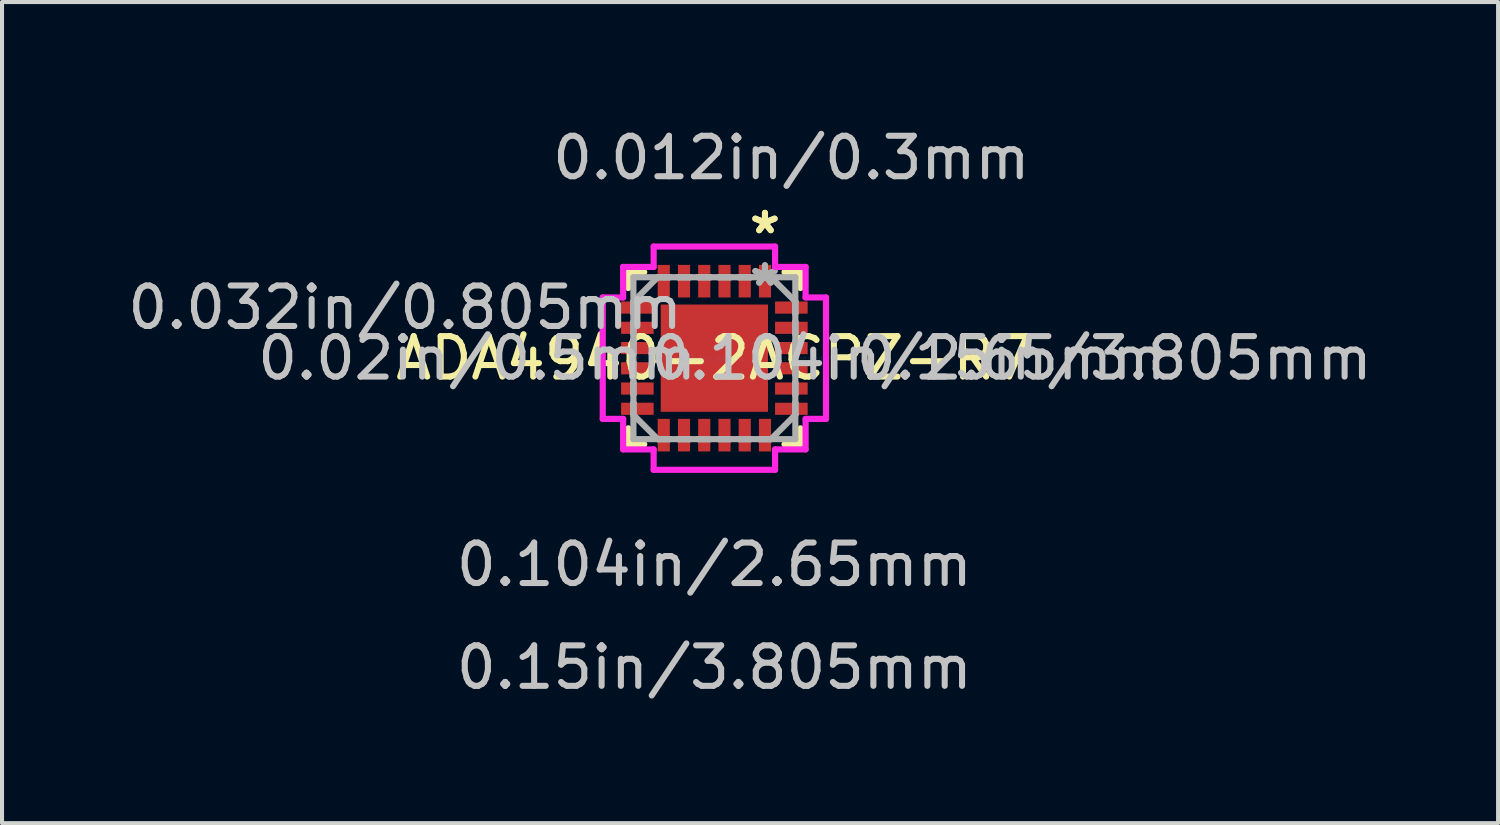
<source format=kicad_pcb>
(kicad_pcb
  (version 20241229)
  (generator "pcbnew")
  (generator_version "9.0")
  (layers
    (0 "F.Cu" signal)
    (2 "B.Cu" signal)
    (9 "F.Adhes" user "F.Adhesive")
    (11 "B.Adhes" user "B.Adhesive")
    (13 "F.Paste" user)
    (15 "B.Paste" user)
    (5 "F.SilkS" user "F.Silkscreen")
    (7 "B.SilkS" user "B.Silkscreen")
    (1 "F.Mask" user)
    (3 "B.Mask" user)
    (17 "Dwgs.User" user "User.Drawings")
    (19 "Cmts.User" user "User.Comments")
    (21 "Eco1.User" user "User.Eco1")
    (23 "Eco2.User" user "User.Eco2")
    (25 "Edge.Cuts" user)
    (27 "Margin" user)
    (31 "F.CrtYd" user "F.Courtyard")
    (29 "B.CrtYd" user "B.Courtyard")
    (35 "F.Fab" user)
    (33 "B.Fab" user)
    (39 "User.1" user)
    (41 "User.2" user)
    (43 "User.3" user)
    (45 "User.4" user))
  (footprint "ADA4940-2ACPZ-R7"
    (layer "F.Cu")
    (at 14.599 5.799)
    (property "Reference" "ADA4940-2ACPZ-R7" (at 0 0 0) (layer "F.SilkS") (effects (font (size 1 1) (thickness 0.15))))
    (attr through_hole)
    (fp_line (start -2.127 -2.127) (end -2.127 -1.733) (stroke (width 0.152) (type solid)) (layer "F.SilkS"))
    (fp_line (start -2.127 1.733) (end -2.127 2.127) (stroke (width 0.152) (type solid)) (layer "F.SilkS"))
    (fp_line (start -2.127 2.127) (end -1.733 2.127) (stroke (width 0.152) (type solid)) (layer "F.SilkS"))
    (fp_line (start -1.733 -2.127) (end -2.127 -2.127) (stroke (width 0.152) (type solid)) (layer "F.SilkS"))
    (fp_line (start 1.733 2.127) (end 2.127 2.127) (stroke (width 0.152) (type solid)) (layer "F.SilkS"))
    (fp_line (start 2.127 -2.127) (end 1.733 -2.127) (stroke (width 0.152) (type solid)) (layer "F.SilkS"))
    (fp_line (start 2.127 -1.733) (end 2.127 -2.127) (stroke (width 0.152) (type solid)) (layer "F.SilkS"))
    (fp_line (start 2.127 2.127) (end 2.127 1.733) (stroke (width 0.152) (type solid)) (layer "F.SilkS"))
    (fp_line (start -1.225 -1.225) (end -1.225 -0.1) (stroke (width 0.152) (type solid)) (layer "F.Paste"))
    (fp_line (start -1.225 -0.1) (end -0.1 -0.1) (stroke (width 0.152) (type solid)) (layer "F.Paste"))
    (fp_line (start -1.225 0.1) (end -1.225 1.225) (stroke (width 0.152) (type solid)) (layer "F.Paste"))
    (fp_line (start -1.225 1.225) (end -0.1 1.225) (stroke (width 0.152) (type solid)) (layer "F.Paste"))
    (fp_line (start -0.1 -1.225) (end -1.225 -1.225) (stroke (width 0.152) (type solid)) (layer "F.Paste"))
    (fp_line (start -0.1 -0.1) (end -0.1 -1.225) (stroke (width 0.152) (type solid)) (layer "F.Paste"))
    (fp_line (start -0.1 0.1) (end -1.225 0.1) (stroke (width 0.152) (type solid)) (layer "F.Paste"))
    (fp_line (start -0.1 1.225) (end -0.1 0.1) (stroke (width 0.152) (type solid)) (layer "F.Paste"))
    (fp_line (start 0.1 -1.225) (end 0.1 -0.1) (stroke (width 0.152) (type solid)) (layer "F.Paste"))
    (fp_line (start 0.1 -0.1) (end 1.225 -0.1) (stroke (width 0.152) (type solid)) (layer "F.Paste"))
    (fp_line (start 0.1 0.1) (end 0.1 1.225) (stroke (width 0.152) (type solid)) (layer "F.Paste"))
    (fp_line (start 0.1 1.225) (end 1.225 1.225) (stroke (width 0.152) (type solid)) (layer "F.Paste"))
    (fp_line (start 1.225 -1.225) (end 0.1 -1.225) (stroke (width 0.152) (type solid)) (layer "F.Paste"))
    (fp_line (start 1.225 -0.1) (end 1.225 -1.225) (stroke (width 0.152) (type solid)) (layer "F.Paste"))
    (fp_line (start 1.225 0.1) (end 0.1 0.1) (stroke (width 0.152) (type solid)) (layer "F.Paste"))
    (fp_line (start 1.225 1.225) (end 1.225 0.1) (stroke (width 0.152) (type solid)) (layer "F.Paste"))
    (fp_line (start -2.758 -1.5) (end -2.254 -1.5) (stroke (width 0.152) (type solid)) (layer "F.CrtYd"))
    (fp_line (start -2.758 1.5) (end -2.758 -1.5) (stroke (width 0.152) (type solid)) (layer "F.CrtYd"))
    (fp_line (start -2.254 -2.254) (end -1.5 -2.254) (stroke (width 0.152) (type solid)) (layer "F.CrtYd"))
    (fp_line (start -2.254 -1.5) (end -2.254 -2.254) (stroke (width 0.152) (type solid)) (layer "F.CrtYd"))
    (fp_line (start -2.254 1.5) (end -2.758 1.5) (stroke (width 0.152) (type solid)) (layer "F.CrtYd"))
    (fp_line (start -2.254 2.254) (end -2.254 1.5) (stroke (width 0.152) (type solid)) (layer "F.CrtYd"))
    (fp_line (start -1.5 -2.758) (end 1.5 -2.758) (stroke (width 0.152) (type solid)) (layer "F.CrtYd"))
    (fp_line (start -1.5 -2.254) (end -1.5 -2.758) (stroke (width 0.152) (type solid)) (layer "F.CrtYd"))
    (fp_line (start -1.5 2.254) (end -2.254 2.254) (stroke (width 0.152) (type solid)) (layer "F.CrtYd"))
    (fp_line (start -1.5 2.758) (end -1.5 2.254) (stroke (width 0.152) (type solid)) (layer "F.CrtYd"))
    (fp_line (start 1.5 -2.758) (end 1.5 -2.254) (stroke (width 0.152) (type solid)) (layer "F.CrtYd"))
    (fp_line (start 1.5 -2.254) (end 2.254 -2.254) (stroke (width 0.152) (type solid)) (layer "F.CrtYd"))
    (fp_line (start 1.5 2.254) (end 1.5 2.758) (stroke (width 0.152) (type solid)) (layer "F.CrtYd"))
    (fp_line (start 1.5 2.758) (end -1.5 2.758) (stroke (width 0.152) (type solid)) (layer "F.CrtYd"))
    (fp_line (start 2.254 -2.254) (end 2.254 -1.5) (stroke (width 0.152) (type solid)) (layer "F.CrtYd"))
    (fp_line (start 2.254 -1.5) (end 2.758 -1.5) (stroke (width 0.152) (type solid)) (layer "F.CrtYd"))
    (fp_line (start 2.254 1.5) (end 2.254 2.254) (stroke (width 0.152) (type solid)) (layer "F.CrtYd"))
    (fp_line (start 2.254 2.254) (end 1.5 2.254) (stroke (width 0.152) (type solid)) (layer "F.CrtYd"))
    (fp_line (start 2.758 -1.5) (end 2.758 1.5) (stroke (width 0.152) (type solid)) (layer "F.CrtYd"))
    (fp_line (start 2.758 1.5) (end 2.254 1.5) (stroke (width 0.152) (type solid)) (layer "F.CrtYd"))
    (fp_line (start -2 -2) (end -2 2) (stroke (width 0.152) (type solid)) (layer "F.Fab"))
    (fp_line (start -2 -1.4) (end -2 -1.4) (stroke (width 0.152) (type solid)) (layer "F.Fab"))
    (fp_line (start -2 -1.4) (end -2 -1.1) (stroke (width 0.152) (type solid)) (layer "F.Fab"))
    (fp_line (start -2 -1.4) (end -1.4 -2) (stroke (width 0.152) (type solid)) (layer "F.Fab"))
    (fp_line (start -2 -1.1) (end -2 -1.4) (stroke (width 0.152) (type solid)) (layer "F.Fab"))
    (fp_line (start -2 -1.1) (end -2 -1.1) (stroke (width 0.152) (type solid)) (layer "F.Fab"))
    (fp_line (start -2 -0.9) (end -2 -0.9) (stroke (width 0.152) (type solid)) (layer "F.Fab"))
    (fp_line (start -2 -0.9) (end -2 -0.6) (stroke (width 0.152) (type solid)) (layer "F.Fab"))
    (fp_line (start -2 -0.6) (end -2 -0.9) (stroke (width 0.152) (type solid)) (layer "F.Fab"))
    (fp_line (start -2 -0.6) (end -2 -0.6) (stroke (width 0.152) (type solid)) (layer "F.Fab"))
    (fp_line (start -2 -0.4) (end -2 -0.4) (stroke (width 0.152) (type solid)) (layer "F.Fab"))
    (fp_line (start -2 -0.4) (end -2 -0.1) (stroke (width 0.152) (type solid)) (layer "F.Fab"))
    (fp_line (start -2 -0.1) (end -2 -0.4) (stroke (width 0.152) (type solid)) (layer "F.Fab"))
    (fp_line (start -2 -0.1) (end -2 -0.1) (stroke (width 0.152) (type solid)) (layer "F.Fab"))
    (fp_line (start -2 0.1) (end -2 0.1) (stroke (width 0.152) (type solid)) (layer "F.Fab"))
    (fp_line (start -2 0.1) (end -2 0.4) (stroke (width 0.152) (type solid)) (layer "F.Fab"))
    (fp_line (start -2 0.4) (end -2 0.1) (stroke (width 0.152) (type solid)) (layer "F.Fab"))
    (fp_line (start -2 0.4) (end -2 0.4) (stroke (width 0.152) (type solid)) (layer "F.Fab"))
    (fp_line (start -2 0.6) (end -2 0.6) (stroke (width 0.152) (type solid)) (layer "F.Fab"))
    (fp_line (start -2 0.6) (end -2 0.9) (stroke (width 0.152) (type solid)) (layer "F.Fab"))
    (fp_line (start -2 0.9) (end -2 0.6) (stroke (width 0.152) (type solid)) (layer "F.Fab"))
    (fp_line (start -2 0.9) (end -2 0.9) (stroke (width 0.152) (type solid)) (layer "F.Fab"))
    (fp_line (start -2 1.1) (end -2 1.1) (stroke (width 0.152) (type solid)) (layer "F.Fab"))
    (fp_line (start -2 1.1) (end -2 1.4) (stroke (width 0.152) (type solid)) (layer "F.Fab"))
    (fp_line (start -2 1.4) (end -2 1.1) (stroke (width 0.152) (type solid)) (layer "F.Fab"))
    (fp_line (start -2 1.4) (end -2 1.4) (stroke (width 0.152) (type solid)) (layer "F.Fab"))
    (fp_line (start -2 2) (end 2 2) (stroke (width 0.152) (type solid)) (layer "F.Fab"))
    (fp_line (start -1.4 -2) (end -1.4 -2) (stroke (width 0.152) (type solid)) (layer "F.Fab"))
    (fp_line (start -1.4 -2) (end -1.1 -2) (stroke (width 0.152) (type solid)) (layer "F.Fab"))
    (fp_line (start -1.4 2) (end -2 1.4) (stroke (width 0.152) (type solid)) (layer "F.Fab"))
    (fp_line (start -1.4 2) (end -1.4 2) (stroke (width 0.152) (type solid)) (layer "F.Fab"))
    (fp_line (start -1.4 2) (end -1.1 2) (stroke (width 0.152) (type solid)) (layer "F.Fab"))
    (fp_line (start -1.1 -2) (end -1.4 -2) (stroke (width 0.152) (type solid)) (layer "F.Fab"))
    (fp_line (start -1.1 -2) (end -1.1 -2) (stroke (width 0.152) (type solid)) (layer "F.Fab"))
    (fp_line (start -1.1 2) (end -1.4 2) (stroke (width 0.152) (type solid)) (layer "F.Fab"))
    (fp_line (start -1.1 2) (end -1.1 2) (stroke (width 0.152) (type solid)) (layer "F.Fab"))
    (fp_line (start -0.9 -2) (end -0.9 -2) (stroke (width 0.152) (type solid)) (layer "F.Fab"))
    (fp_line (start -0.9 -2) (end -0.6 -2) (stroke (width 0.152) (type solid)) (layer "F.Fab"))
    (fp_line (start -0.9 2) (end -0.9 2) (stroke (width 0.152) (type solid)) (layer "F.Fab"))
    (fp_line (start -0.9 2) (end -0.6 2) (stroke (width 0.152) (type solid)) (layer "F.Fab"))
    (fp_line (start -0.6 -2) (end -0.9 -2) (stroke (width 0.152) (type solid)) (layer "F.Fab"))
    (fp_line (start -0.6 -2) (end -0.6 -2) (stroke (width 0.152) (type solid)) (layer "F.Fab"))
    (fp_line (start -0.6 2) (end -0.9 2) (stroke (width 0.152) (type solid)) (layer "F.Fab"))
    (fp_line (start -0.6 2) (end -0.6 2) (stroke (width 0.152) (type solid)) (layer "F.Fab"))
    (fp_line (start -0.4 -2) (end -0.4 -2) (stroke (width 0.152) (type solid)) (layer "F.Fab"))
    (fp_line (start -0.4 -2) (end -0.1 -2) (stroke (width 0.152) (type solid)) (layer "F.Fab"))
    (fp_line (start -0.4 2) (end -0.4 2) (stroke (width 0.152) (type solid)) (layer "F.Fab"))
    (fp_line (start -0.4 2) (end -0.1 2) (stroke (width 0.152) (type solid)) (layer "F.Fab"))
    (fp_line (start -0.1 -2) (end -0.4 -2) (stroke (width 0.152) (type solid)) (layer "F.Fab"))
    (fp_line (start -0.1 -2) (end -0.1 -2) (stroke (width 0.152) (type solid)) (layer "F.Fab"))
    (fp_line (start -0.1 2) (end -0.4 2) (stroke (width 0.152) (type solid)) (layer "F.Fab"))
    (fp_line (start -0.1 2) (end -0.1 2) (stroke (width 0.152) (type solid)) (layer "F.Fab"))
    (fp_line (start 0.1 -2) (end 0.1 -2) (stroke (width 0.152) (type solid)) (layer "F.Fab"))
    (fp_line (start 0.1 -2) (end 0.4 -2) (stroke (width 0.152) (type solid)) (layer "F.Fab"))
    (fp_line (start 0.1 2) (end 0.1 2) (stroke (width 0.152) (type solid)) (layer "F.Fab"))
    (fp_line (start 0.1 2) (end 0.4 2) (stroke (width 0.152) (type solid)) (layer "F.Fab"))
    (fp_line (start 0.4 -2) (end 0.1 -2) (stroke (width 0.152) (type solid)) (layer "F.Fab"))
    (fp_line (start 0.4 -2) (end 0.4 -2) (stroke (width 0.152) (type solid)) (layer "F.Fab"))
    (fp_line (start 0.4 2) (end 0.1 2) (stroke (width 0.152) (type solid)) (layer "F.Fab"))
    (fp_line (start 0.4 2) (end 0.4 2) (stroke (width 0.152) (type solid)) (layer "F.Fab"))
    (fp_line (start 0.6 -2) (end 0.6 -2) (stroke (width 0.152) (type solid)) (layer "F.Fab"))
    (fp_line (start 0.6 -2) (end 0.9 -2) (stroke (width 0.152) (type solid)) (layer "F.Fab"))
    (fp_line (start 0.6 2) (end 0.6 2) (stroke (width 0.152) (type solid)) (layer "F.Fab"))
    (fp_line (start 0.6 2) (end 0.9 2) (stroke (width 0.152) (type solid)) (layer "F.Fab"))
    (fp_line (start 0.9 -2) (end 0.6 -2) (stroke (width 0.152) (type solid)) (layer "F.Fab"))
    (fp_line (start 0.9 -2) (end 0.9 -2) (stroke (width 0.152) (type solid)) (layer "F.Fab"))
    (fp_line (start 0.9 2) (end 0.6 2) (stroke (width 0.152) (type solid)) (layer "F.Fab"))
    (fp_line (start 0.9 2) (end 0.9 2) (stroke (width 0.152) (type solid)) (layer "F.Fab"))
    (fp_line (start 1.1 -2) (end 1.1 -2) (stroke (width 0.152) (type solid)) (layer "F.Fab"))
    (fp_line (start 1.1 -2) (end 1.4 -2) (stroke (width 0.152) (type solid)) (layer "F.Fab"))
    (fp_line (start 1.1 2) (end 1.1 2) (stroke (width 0.152) (type solid)) (layer "F.Fab"))
    (fp_line (start 1.1 2) (end 1.4 2) (stroke (width 0.152) (type solid)) (layer "F.Fab"))
    (fp_line (start 1.4 -2) (end 1.1 -2) (stroke (width 0.152) (type solid)) (layer "F.Fab"))
    (fp_line (start 1.4 -2) (end 1.4 -2) (stroke (width 0.152) (type solid)) (layer "F.Fab"))
    (fp_line (start 1.4 -2) (end 2 -1.4) (stroke (width 0.152) (type solid)) (layer "F.Fab"))
    (fp_line (start 1.4 2) (end 1.1 2) (stroke (width 0.152) (type solid)) (layer "F.Fab"))
    (fp_line (start 1.4 2) (end 1.4 2) (stroke (width 0.152) (type solid)) (layer "F.Fab"))
    (fp_line (start 1.4 2) (end 2 1.4) (stroke (width 0.152) (type solid)) (layer "F.Fab"))
    (fp_line (start 2 -2) (end -2 -2) (stroke (width 0.152) (type solid)) (layer "F.Fab"))
    (fp_line (start 2 -1.4) (end 2 -1.4) (stroke (width 0.152) (type solid)) (layer "F.Fab"))
    (fp_line (start 2 -1.4) (end 2 -1.1) (stroke (width 0.152) (type solid)) (layer "F.Fab"))
    (fp_line (start 2 -1.1) (end 2 -1.4) (stroke (width 0.152) (type solid)) (layer "F.Fab"))
    (fp_line (start 2 -1.1) (end 2 -1.1) (stroke (width 0.152) (type solid)) (layer "F.Fab"))
    (fp_line (start 2 -0.9) (end 2 -0.9) (stroke (width 0.152) (type solid)) (layer "F.Fab"))
    (fp_line (start 2 -0.9) (end 2 -0.6) (stroke (width 0.152) (type solid)) (layer "F.Fab"))
    (fp_line (start 2 -0.6) (end 2 -0.9) (stroke (width 0.152) (type solid)) (layer "F.Fab"))
    (fp_line (start 2 -0.6) (end 2 -0.6) (stroke (width 0.152) (type solid)) (layer "F.Fab"))
    (fp_line (start 2 -0.4) (end 2 -0.4) (stroke (width 0.152) (type solid)) (layer "F.Fab"))
    (fp_line (start 2 -0.4) (end 2 -0.1) (stroke (width 0.152) (type solid)) (layer "F.Fab"))
    (fp_line (start 2 -0.1) (end 2 -0.4) (stroke (width 0.152) (type solid)) (layer "F.Fab"))
    (fp_line (start 2 -0.1) (end 2 -0.1) (stroke (width 0.152) (type solid)) (layer "F.Fab"))
    (fp_line (start 2 0.1) (end 2 0.1) (stroke (width 0.152) (type solid)) (layer "F.Fab"))
    (fp_line (start 2 0.1) (end 2 0.4) (stroke (width 0.152) (type solid)) (layer "F.Fab"))
    (fp_line (start 2 0.4) (end 2 0.1) (stroke (width 0.152) (type solid)) (layer "F.Fab"))
    (fp_line (start 2 0.4) (end 2 0.4) (stroke (width 0.152) (type solid)) (layer "F.Fab"))
    (fp_line (start 2 0.6) (end 2 0.6) (stroke (width 0.152) (type solid)) (layer "F.Fab"))
    (fp_line (start 2 0.6) (end 2 0.9) (stroke (width 0.152) (type solid)) (layer "F.Fab"))
    (fp_line (start 2 0.9) (end 2 0.6) (stroke (width 0.152) (type solid)) (layer "F.Fab"))
    (fp_line (start 2 0.9) (end 2 0.9) (stroke (width 0.152) (type solid)) (layer "F.Fab"))
    (fp_line (start 2 1.1) (end 2 1.1) (stroke (width 0.152) (type solid)) (layer "F.Fab"))
    (fp_line (start 2 1.1) (end 2 1.4) (stroke (width 0.152) (type solid)) (layer "F.Fab"))
    (fp_line (start 2 1.4) (end 2 1.1) (stroke (width 0.152) (type solid)) (layer "F.Fab"))
    (fp_line (start 2 1.4) (end 2 1.4) (stroke (width 0.152) (type solid)) (layer "F.Fab"))
    (fp_line (start 2 2) (end 2 -2) (stroke (width 0.152) (type solid)) (layer "F.Fab"))
    (fp_text user "*" (at 1.25 -3.045 0) (layer "F.SilkS") (effects (font (size 1 1) (thickness 0.15))))
    (fp_text user "*" (at 1.25 -3.045 0) (layer "F.SilkS") (effects (font (size 1 1) (thickness 0.15))))
    (fp_text user "0.15in/3.805mm" (at 0 7.64 0) (layer "Dwgs.User") (effects (font (size 1 1) (thickness 0.15))))
    (fp_text user "0.104in/2.65mm" (at 4.8 0 0) (layer "Dwgs.User") (effects (font (size 1 1) (thickness 0.15))))
    (fp_text user "0.032in/0.805mm" (at -7.64 -1.25 0) (layer "Dwgs.User") (effects (font (size 1 1) (thickness 0.15))))
    (fp_text user "0.012in/0.3mm" (at 1.902 -4.95 0) (layer "Dwgs.User") (effects (font (size 1 1) (thickness 0.15))))
    (fp_text user "0.02in/0.5mm" (at -5.861 0 0) (layer "Dwgs.User") (effects (font (size 1 1) (thickness 0.15))))
    (fp_text user "0.104in/2.65mm" (at 0 5.1 0) (layer "Dwgs.User") (effects (font (size 1 1) (thickness 0.15))))
    (fp_text user "0.15in/3.805mm" (at 9.88 0 0) (layer "Dwgs.User") (effects (font (size 1 1) (thickness 0.15))))
    (fp_text user "Copyright 2016 Accelerated Designs. All rights reserved." (at 0 0 0) (layer "Cmts.User") (effects (font (size 0.127 0.127) (thickness 0.002))))
    (fp_text user "*" (at 1.25 -1.75 0) (layer "F.Fab") (effects (font (size 1 1) (thickness 0.15))))
    (fp_text user "*" (at 1.25 -1.75 0) (layer "F.Fab") (effects (font (size 1 1) (thickness 0.15))))
    (pad "1" smd rect (at 1.25 -1.902) (size 0.3 0.805) (layers "F.Cu" "F.Mask" "F.Paste"))
    (pad "2" smd rect (at 0.75 -1.902) (size 0.3 0.805) (layers "F.Cu" "F.Mask" "F.Paste"))
    (pad "3" smd rect (at 0.25 -1.902) (size 0.3 0.805) (layers "F.Cu" "F.Mask" "F.Paste"))
    (pad "4" smd rect (at -0.25 -1.902) (size 0.3 0.805) (layers "F.Cu" "F.Mask" "F.Paste"))
    (pad "5" smd rect (at -0.75 -1.902) (size 0.3 0.805) (layers "F.Cu" "F.Mask" "F.Paste"))
    (pad "6" smd rect (at -1.25 -1.902) (size 0.3 0.805) (layers "F.Cu" "F.Mask" "F.Paste"))
    (pad "7" smd rect (at -1.902 -1.25 90) (size 0.3 0.805) (layers "F.Cu" "F.Mask" "F.Paste"))
    (pad "8" smd rect (at -1.902 -0.75 90) (size 0.3 0.805) (layers "F.Cu" "F.Mask" "F.Paste"))
    (pad "9" smd rect (at -1.902 -0.25 90) (size 0.3 0.805) (layers "F.Cu" "F.Mask" "F.Paste"))
    (pad "10" smd rect (at -1.902 0.25 90) (size 0.3 0.805) (layers "F.Cu" "F.Mask" "F.Paste"))
    (pad "11" smd rect (at -1.902 0.75 90) (size 0.3 0.805) (layers "F.Cu" "F.Mask" "F.Paste"))
    (pad "12" smd rect (at -1.902 1.25 90) (size 0.3 0.805) (layers "F.Cu" "F.Mask" "F.Paste"))
    (pad "13" smd rect (at -1.25 1.902) (size 0.3 0.805) (layers "F.Cu" "F.Mask" "F.Paste"))
    (pad "14" smd rect (at -0.75 1.902) (size 0.3 0.805) (layers "F.Cu" "F.Mask" "F.Paste"))
    (pad "15" smd rect (at -0.25 1.902) (size 0.3 0.805) (layers "F.Cu" "F.Mask" "F.Paste"))
    (pad "16" smd rect (at 0.25 1.902) (size 0.3 0.805) (layers "F.Cu" "F.Mask" "F.Paste"))
    (pad "17" smd rect (at 0.75 1.902) (size 0.3 0.805) (layers "F.Cu" "F.Mask" "F.Paste"))
    (pad "18" smd rect (at 1.25 1.902) (size 0.3 0.805) (layers "F.Cu" "F.Mask" "F.Paste"))
    (pad "19" smd rect (at 1.902 1.25 90) (size 0.3 0.805) (layers "F.Cu" "F.Mask" "F.Paste"))
    (pad "20" smd rect (at 1.902 0.75 90) (size 0.3 0.805) (layers "F.Cu" "F.Mask" "F.Paste"))
    (pad "21" smd rect (at 1.902 0.25 90) (size 0.3 0.805) (layers "F.Cu" "F.Mask" "F.Paste"))
    (pad "22" smd rect (at 1.902 -0.25 90) (size 0.3 0.805) (layers "F.Cu" "F.Mask" "F.Paste"))
    (pad "23" smd rect (at 1.902 -0.75 90) (size 0.3 0.805) (layers "F.Cu" "F.Mask" "F.Paste"))
    (pad "24" smd rect (at 1.902 -1.25 90) (size 0.3 0.805) (layers "F.Cu" "F.Mask" "F.Paste"))
    (pad "HTAB" smd rect (at 0 0) (size 2.65 2.65) (layers "F.Cu" "F.Mask" "F.Paste")))
  (gr_rect
    (start -3 -3)
    (end 33.961 17.287)
    (stroke (width 0.1) (type default))
    (fill no)
    (layer "Edge.Cuts")))
</source>
